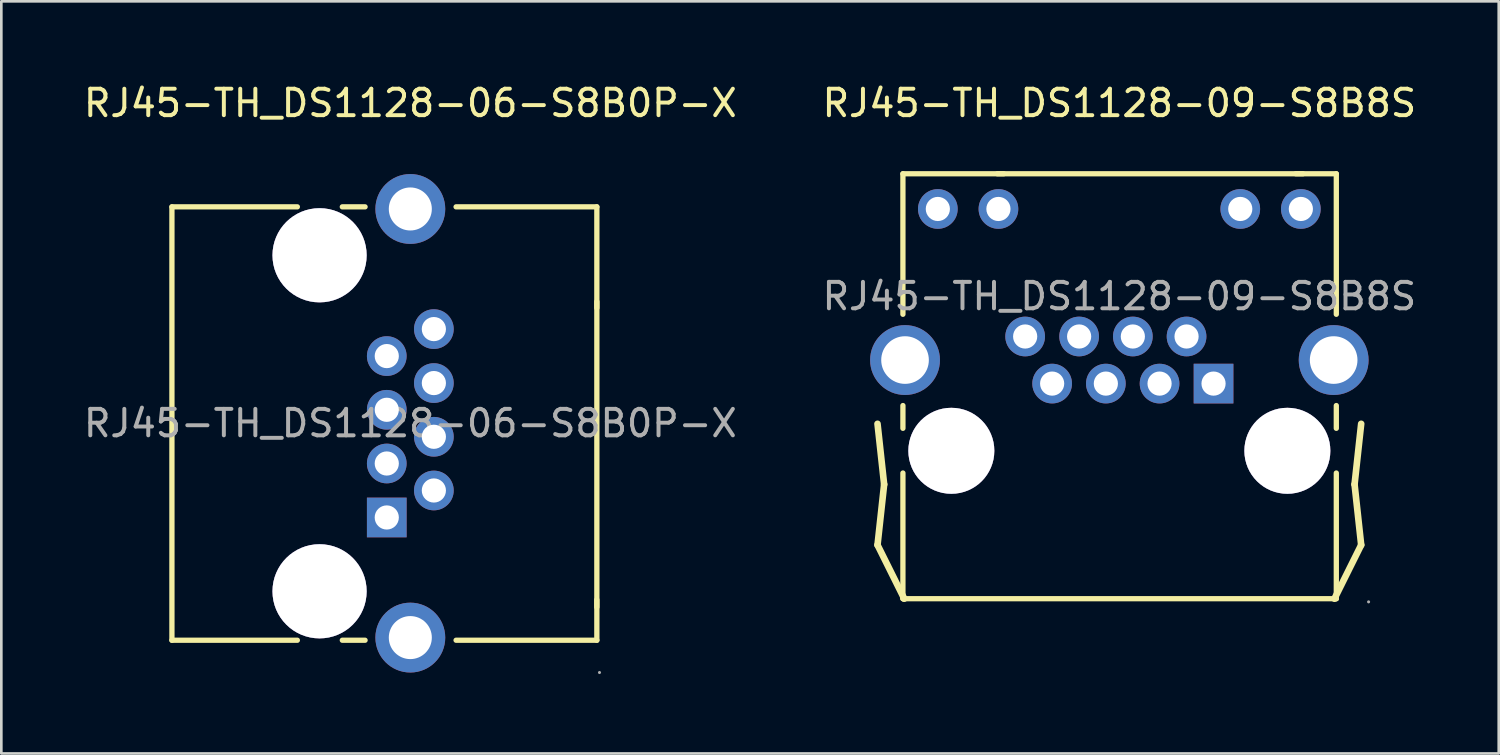
<source format=kicad_pcb>
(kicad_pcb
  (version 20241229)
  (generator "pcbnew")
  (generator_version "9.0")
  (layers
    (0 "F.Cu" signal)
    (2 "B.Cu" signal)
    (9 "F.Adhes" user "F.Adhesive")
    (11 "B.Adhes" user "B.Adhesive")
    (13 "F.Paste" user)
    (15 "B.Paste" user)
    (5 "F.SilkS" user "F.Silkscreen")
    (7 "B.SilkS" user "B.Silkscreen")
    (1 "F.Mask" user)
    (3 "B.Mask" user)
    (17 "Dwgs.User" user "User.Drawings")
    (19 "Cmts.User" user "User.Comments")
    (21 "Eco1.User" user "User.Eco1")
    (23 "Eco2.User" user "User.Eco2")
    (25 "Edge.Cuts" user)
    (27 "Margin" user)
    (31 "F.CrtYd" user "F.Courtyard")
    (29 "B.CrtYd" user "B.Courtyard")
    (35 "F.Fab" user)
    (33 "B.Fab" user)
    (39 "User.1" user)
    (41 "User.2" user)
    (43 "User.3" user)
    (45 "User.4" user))
  (footprint "RJ45-TH_DS1128-06-S8B0P-X"
    (layer "F.Cu")
    (at 12.458 12.948)
    (property "Reference" "RJ45-TH_DS1128-06-S8B0P-X" (at 0 -12.1 0) (layer "F.SilkS") (effects (font (size 1 1) (thickness 0.15))))
    (attr through_hole)
    (fp_line (start -9.01 -8.18) (end -4.27 -8.18) (stroke (width 0.2) (type solid)) (layer "F.SilkS"))
    (fp_line (start -9.01 8.2) (end -9.01 -8.18) (stroke (width 0.2) (type solid)) (layer "F.SilkS"))
    (fp_line (start -4.27 8.2) (end -9.01 8.2) (stroke (width 0.2) (type solid)) (layer "F.SilkS"))
    (fp_line (start -2.57 -8.18) (end -1.71 -8.18) (stroke (width 0.2) (type solid)) (layer "F.SilkS"))
    (fp_line (start -2.57 8.2) (end -1.71 8.2) (stroke (width 0.2) (type solid)) (layer "F.SilkS"))
    (fp_line (start 1.73 -8.18) (end 7.05 -8.18) (stroke (width 0.2) (type solid)) (layer "F.SilkS"))
    (fp_line (start 1.73 8.2) (end 7.05 8.2) (stroke (width 0.2) (type solid)) (layer "F.SilkS"))
    (fp_line (start 7.05 -8.18) (end 7.05 -4.36) (stroke (width 0.2) (type solid)) (layer "F.SilkS"))
    (fp_line (start 7.05 6.95) (end 7.05 -4.6) (stroke (width 0.2) (type solid)) (layer "F.SilkS"))
    (fp_line (start 7.05 8.2) (end 7.05 6.67) (stroke (width 0.2) (type solid)) (layer "F.SilkS"))
    (fp_circle (center -0.89 -2.54) (end -0.71 -2.54) (stroke (width 0.36) (type solid)) (fill no) (layer "F.Fab"))
    (fp_circle (center -0.89 -0.51) (end -0.71 -0.51) (stroke (width 0.36) (type solid)) (fill no) (layer "F.Fab"))
    (fp_circle (center -0.89 1.52) (end -0.71 1.52) (stroke (width 0.36) (type solid)) (fill no) (layer "F.Fab"))
    (fp_circle (center -0.89 3.56) (end -0.71 3.56) (stroke (width 0.36) (type solid)) (fill no) (layer "F.Fab"))
    (fp_circle (center 0 -8.1) (end 0.36 -8.1) (stroke (width 0.71) (type solid)) (fill no) (layer "F.Fab"))
    (fp_circle (center 0 8.1) (end 0.36 8.1) (stroke (width 0.71) (type solid)) (fill no) (layer "F.Fab"))
    (fp_circle (center 0.89 -3.56) (end 1.07 -3.56) (stroke (width 0.36) (type solid)) (fill no) (layer "F.Fab"))
    (fp_circle (center 0.89 -1.52) (end 1.07 -1.52) (stroke (width 0.36) (type solid)) (fill no) (layer "F.Fab"))
    (fp_circle (center 0.89 0.51) (end 1.07 0.51) (stroke (width 0.36) (type solid)) (fill no) (layer "F.Fab"))
    (fp_circle (center 0.89 2.54) (end 1.07 2.54) (stroke (width 0.36) (type solid)) (fill no) (layer "F.Fab"))
    (fp_circle (center 7.15 9.42) (end 7.18 9.42) (stroke (width 0.06) (type solid)) (fill no) (layer "F.Fab"))
    (fp_text user "${REFERENCE}" (at 0 0 0) (layer "F.Fab") (effects (font (size 1 1) (thickness 0.15))))
    (pad "" thru_hole circle (at -3.43 -6.35) (size 3.56 3.56) (drill 3.56) (layers "*.Cu" "*.Mask"))
    (pad "" thru_hole circle (at -3.43 6.35) (size 3.56 3.56) (drill 3.56) (layers "*.Cu" "*.Mask"))
    (pad "1" thru_hole rect (at -0.89 3.56 90) (size 1.5 1.5) (drill 0.914) (layers "*.Cu" "*.Paste" "*.Mask"))
    (pad "2" thru_hole circle (at 0.89 2.54 90) (size 1.5 1.5) (drill 0.914) (layers "*.Cu" "*.Paste" "*.Mask"))
    (pad "3" thru_hole circle (at -0.89 1.52 90) (size 1.5 1.5) (drill 0.914) (layers "*.Cu" "*.Paste" "*.Mask"))
    (pad "4" thru_hole circle (at 0.89 0.51 90) (size 1.5 1.5) (drill 0.914) (layers "*.Cu" "*.Paste" "*.Mask"))
    (pad "5" thru_hole circle (at -0.89 -0.51 90) (size 1.5 1.5) (drill 0.914) (layers "*.Cu" "*.Paste" "*.Mask"))
    (pad "6" thru_hole circle (at 0.89 -1.52 90) (size 1.5 1.5) (drill 0.914) (layers "*.Cu" "*.Paste" "*.Mask"))
    (pad "7" thru_hole circle (at -0.89 -2.54 90) (size 1.5 1.5) (drill 0.914) (layers "*.Cu" "*.Paste" "*.Mask"))
    (pad "8" thru_hole circle (at 0.89 -3.56 90) (size 1.5 1.5) (drill 0.914) (layers "*.Cu" "*.Paste" "*.Mask"))
    (pad "9" thru_hole circle (at 0 -8.1 270) (size 2.64 2.64) (drill 1.626) (layers "*.Cu" "*.Paste" "*.Mask"))
    (pad "10" thru_hole circle (at 0 8.1 90) (size 2.64 2.64) (drill 1.626) (layers "*.Cu" "*.Paste" "*.Mask")))
  (footprint "RJ45-TH_DS1128-09-S8B8S"
    (layer "F.Cu")
    (at 39.256 8.148)
    (property "Reference" "RJ45-TH_DS1128-09-S8B8S" (at 0 -7.3 0) (layer "F.SilkS") (effects (font (size 1 1) (thickness 0.15))))
    (attr through_hole)
    (fp_line (start -9.14 9.4) (end -8.89 7.11) (stroke (width 0.25) (type solid)) (layer "F.SilkS"))
    (fp_line (start -8.89 7.11) (end -9.14 4.82) (stroke (width 0.25) (type solid)) (layer "F.SilkS"))
    (fp_line (start -8.18 -4.63) (end -4.37 -4.63) (stroke (width 0.2) (type solid)) (layer "F.SilkS"))
    (fp_line (start -8.18 0.68) (end -8.18 -4.63) (stroke (width 0.2) (type solid)) (layer "F.SilkS"))
    (fp_line (start -8.18 4.99) (end -8.18 4.13) (stroke (width 0.2) (type solid)) (layer "F.SilkS"))
    (fp_line (start -8.18 11.43) (end -8.18 6.68) (stroke (width 0.2) (type solid)) (layer "F.SilkS"))
    (fp_line (start -8.13 11.43) (end -9.14 9.4) (stroke (width 0.25) (type solid)) (layer "F.SilkS"))
    (fp_line (start 6.94 -4.63) (end -4.61 -4.63) (stroke (width 0.2) (type solid)) (layer "F.SilkS"))
    (fp_line (start 8.13 11.43) (end 9.14 9.4) (stroke (width 0.25) (type solid)) (layer "F.SilkS"))
    (fp_line (start 8.2 -4.63) (end 6.67 -4.63) (stroke (width 0.2) (type solid)) (layer "F.SilkS"))
    (fp_line (start 8.2 0.68) (end 8.2 -4.63) (stroke (width 0.2) (type solid)) (layer "F.SilkS"))
    (fp_line (start 8.2 4.99) (end 8.2 4.13) (stroke (width 0.2) (type solid)) (layer "F.SilkS"))
    (fp_line (start 8.2 6.68) (end 8.2 11.43) (stroke (width 0.2) (type solid)) (layer "F.SilkS"))
    (fp_line (start 8.2 11.43) (end -8.18 11.43) (stroke (width 0.2) (type solid)) (layer "F.SilkS"))
    (fp_line (start 8.89 7.11) (end 9.14 4.82) (stroke (width 0.25) (type solid)) (layer "F.SilkS"))
    (fp_line (start 9.14 9.4) (end 8.89 7.11) (stroke (width 0.25) (type solid)) (layer "F.SilkS"))
    (fp_circle (center -8.1 2.41) (end -7.7 2.41) (stroke (width 0.8) (type solid)) (fill no) (layer "F.Fab"))
    (fp_circle (center -6.86 -3.3) (end -6.68 -3.3) (stroke (width 0.36) (type solid)) (fill no) (layer "F.Fab"))
    (fp_circle (center -6.35 5.84) (end -5.59 5.84) (stroke (width 1.52) (type solid)) (fill no) (layer "F.Fab"))
    (fp_circle (center -4.57 -3.3) (end -4.39 -3.3) (stroke (width 0.36) (type solid)) (fill no) (layer "F.Fab"))
    (fp_circle (center -3.56 1.52) (end -3.38 1.52) (stroke (width 0.36) (type solid)) (fill no) (layer "F.Fab"))
    (fp_circle (center -2.54 3.3) (end -2.36 3.3) (stroke (width 0.36) (type solid)) (fill no) (layer "F.Fab"))
    (fp_circle (center -1.52 1.52) (end -1.34 1.52) (stroke (width 0.36) (type solid)) (fill no) (layer "F.Fab"))
    (fp_circle (center -0.51 3.3) (end -0.33 3.3) (stroke (width 0.36) (type solid)) (fill no) (layer "F.Fab"))
    (fp_circle (center 0.51 1.52) (end 0.69 1.52) (stroke (width 0.36) (type solid)) (fill no) (layer "F.Fab"))
    (fp_circle (center 1.52 3.3) (end 1.7 3.3) (stroke (width 0.36) (type solid)) (fill no) (layer "F.Fab"))
    (fp_circle (center 2.54 1.52) (end 2.72 1.52) (stroke (width 0.36) (type solid)) (fill no) (layer "F.Fab"))
    (fp_circle (center 3.56 3.3) (end 3.74 3.3) (stroke (width 0.36) (type solid)) (fill no) (layer "F.Fab"))
    (fp_circle (center 4.57 -3.3) (end 4.75 -3.3) (stroke (width 0.36) (type solid)) (fill no) (layer "F.Fab"))
    (fp_circle (center 6.35 5.84) (end 7.11 5.84) (stroke (width 1.52) (type solid)) (fill no) (layer "F.Fab"))
    (fp_circle (center 6.86 -3.3) (end 7.04 -3.3) (stroke (width 0.36) (type solid)) (fill no) (layer "F.Fab"))
    (fp_circle (center 8.1 2.41) (end 8.5 2.41) (stroke (width 0.8) (type solid)) (fill no) (layer "F.Fab"))
    (fp_circle (center 9.42 11.55) (end 9.45 11.55) (stroke (width 0.06) (type solid)) (fill no) (layer "F.Fab"))
    (fp_text user "${REFERENCE}" (at 0 0 0) (layer "F.Fab") (effects (font (size 1 1) (thickness 0.15))))
    (pad "" thru_hole circle (at -6.35 5.84) (size 3.25 3.25) (drill 3.25) (layers "*.Cu" "*.Mask"))
    (pad "" thru_hole circle (at 6.35 5.84) (size 3.25 3.25) (drill 3.25) (layers "*.Cu" "*.Mask"))
    (pad "1" thru_hole rect (at 3.56 3.3 180) (size 1.5 1.5) (drill 0.914) (layers "*.Cu" "*.Paste" "*.Mask"))
    (pad "2" thru_hole circle (at 2.54 1.52 180) (size 1.5 1.5) (drill 0.914) (layers "*.Cu" "*.Paste" "*.Mask"))
    (pad "3" thru_hole circle (at 1.52 3.3 180) (size 1.5 1.5) (drill 0.914) (layers "*.Cu" "*.Paste" "*.Mask"))
    (pad "4" thru_hole circle (at 0.51 1.52 180) (size 1.5 1.5) (drill 0.914) (layers "*.Cu" "*.Paste" "*.Mask"))
    (pad "5" thru_hole circle (at -0.51 3.3 180) (size 1.5 1.5) (drill 0.914) (layers "*.Cu" "*.Paste" "*.Mask"))
    (pad "6" thru_hole circle (at -1.52 1.52 180) (size 1.5 1.5) (drill 0.914) (layers "*.Cu" "*.Paste" "*.Mask"))
    (pad "7" thru_hole circle (at -2.54 3.3 180) (size 1.5 1.5) (drill 0.914) (layers "*.Cu" "*.Paste" "*.Mask"))
    (pad "8" thru_hole circle (at -3.56 1.52 180) (size 1.5 1.5) (drill 0.914) (layers "*.Cu" "*.Paste" "*.Mask"))
    (pad "9" thru_hole circle (at 6.86 -3.3 180) (size 1.5 1.5) (drill 0.914) (layers "*.Cu" "*.Paste" "*.Mask"))
    (pad "10" thru_hole circle (at 4.57 -3.3 180) (size 1.5 1.5) (drill 0.914) (layers "*.Cu" "*.Paste" "*.Mask"))
    (pad "11" thru_hole circle (at -4.57 -3.3 180) (size 1.5 1.5) (drill 0.914) (layers "*.Cu" "*.Paste" "*.Mask"))
    (pad "12" thru_hole circle (at -6.86 -3.3 180) (size 1.5 1.5) (drill 0.914) (layers "*.Cu" "*.Paste" "*.Mask"))
    (pad "13" thru_hole circle (at -8.1 2.41) (size 2.64 2.64) (drill 1.8) (layers "*.Cu" "*.Paste" "*.Mask"))
    (pad "14" thru_hole circle (at 8.1 2.41 180) (size 2.64 2.64) (drill 1.8) (layers "*.Cu" "*.Paste" "*.Mask")))
  (gr_rect
    (start -3 -3)
    (end 53.595 25.428)
    (stroke (width 0.1) (type default))
    (fill no)
    (layer "Edge.Cuts")))
</source>
